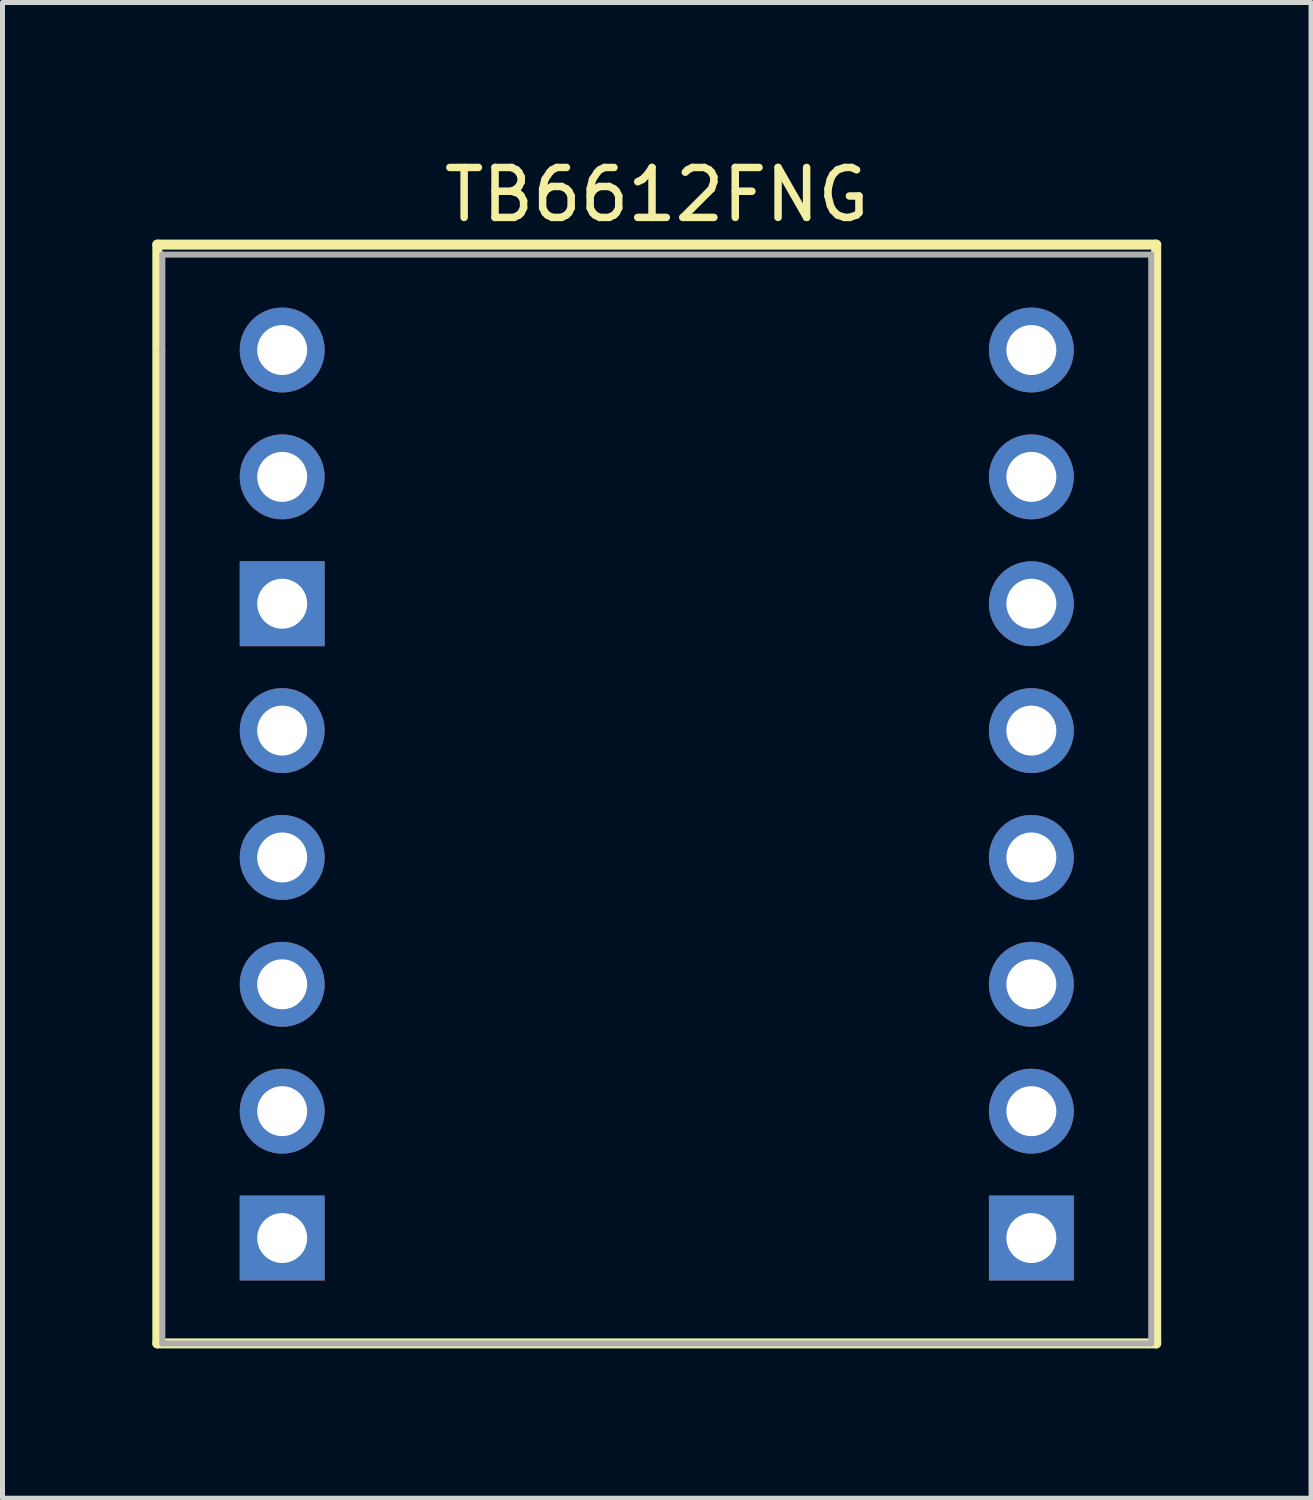
<source format=kicad_pcb>
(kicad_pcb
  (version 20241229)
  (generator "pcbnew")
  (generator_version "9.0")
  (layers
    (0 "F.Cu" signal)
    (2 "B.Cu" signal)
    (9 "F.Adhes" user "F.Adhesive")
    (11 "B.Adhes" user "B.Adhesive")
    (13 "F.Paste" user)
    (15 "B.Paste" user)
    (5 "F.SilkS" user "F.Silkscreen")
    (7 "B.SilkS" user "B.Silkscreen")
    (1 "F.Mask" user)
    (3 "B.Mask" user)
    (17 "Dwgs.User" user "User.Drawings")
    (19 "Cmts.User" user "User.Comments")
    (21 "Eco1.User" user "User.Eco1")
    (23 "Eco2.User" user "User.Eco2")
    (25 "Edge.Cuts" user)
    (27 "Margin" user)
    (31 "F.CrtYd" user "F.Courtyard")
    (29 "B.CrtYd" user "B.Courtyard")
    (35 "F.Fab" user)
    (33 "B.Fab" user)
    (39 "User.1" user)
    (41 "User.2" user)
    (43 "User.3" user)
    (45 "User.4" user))
  (footprint "TB6612FNG"
    (layer "F.Cu")
    (at 10.1 12.848)
    (property "Reference" "TB6612FNG" (at 0 -12 0) (layer "F.SilkS") (effects (font (size 1 1) (thickness 0.15))))
    (attr through_hole)
    (fp_line (start -10 -11) (end -10 11) (stroke (width 0.2) (type solid)) (layer "F.SilkS"))
    (fp_line (start -10 -11) (end 10 -11) (stroke (width 0.2) (type solid)) (layer "F.SilkS"))
    (fp_line (start -10 11) (end 10 11) (stroke (width 0.2) (type solid)) (layer "F.SilkS"))
    (fp_line (start 10 11) (end 10 -11) (stroke (width 0.2) (type solid)) (layer "F.SilkS"))
    (fp_line (start -9.9 -10.8) (end -9.9 -8.9) (stroke (width 0.12) (type solid)) (layer "F.Fab"))
    (fp_line (start -9.9 -8.9) (end -9.9 11) (stroke (width 0.12) (type solid)) (layer "F.Fab"))
    (fp_line (start -9.9 11) (end 9.9 11) (stroke (width 0.12) (type solid)) (layer "F.Fab"))
    (fp_line (start 9.9 -10.8) (end -9.9 -10.8) (stroke (width 0.12) (type solid)) (layer "F.Fab"))
    (fp_line (start 9.9 11) (end 9.9 -10.8) (stroke (width 0.12) (type solid)) (layer "F.Fab"))
    (pad "1" thru_hole circle (at -7.5 -8.89) (size 1.7 1.7) (drill 1) (layers "*.Cu" "*.Mask"))
    (pad "2" thru_hole circle (at -7.5 -6.35) (size 1.7 1.7) (drill 1) (layers "*.Cu" "*.Mask"))
    (pad "3" thru_hole rect (at -7.5 -3.81) (size 1.7 1.7) (drill 1) (layers "*.Cu" "*.Mask"))
    (pad "4" thru_hole circle (at -7.5 -1.27) (size 1.7 1.7) (drill 1) (layers "*.Cu" "*.Mask"))
    (pad "5" thru_hole circle (at -7.5 1.27) (size 1.7 1.7) (drill 1) (layers "*.Cu" "*.Mask"))
    (pad "6" thru_hole circle (at -7.5 3.81) (size 1.7 1.7) (drill 1) (layers "*.Cu" "*.Mask"))
    (pad "7" thru_hole circle (at -7.5 6.35) (size 1.7 1.7) (drill 1) (layers "*.Cu" "*.Mask"))
    (pad "8" thru_hole rect (at -7.5 8.89) (size 1.7 1.7) (drill 1) (layers "*.Cu" "*.Mask"))
    (pad "9" thru_hole circle (at 7.5 -8.89) (size 1.7 1.7) (drill 1) (layers "*.Cu" "*.Mask"))
    (pad "10" thru_hole circle (at 7.5 -6.35) (size 1.7 1.7) (drill 1) (layers "*.Cu" "*.Mask"))
    (pad "11" thru_hole circle (at 7.5 -3.81) (size 1.7 1.7) (drill 1) (layers "*.Cu" "*.Mask"))
    (pad "12" thru_hole circle (at 7.5 -1.27) (size 1.7 1.7) (drill 1) (layers "*.Cu" "*.Mask"))
    (pad "13" thru_hole circle (at 7.5 1.27) (size 1.7 1.7) (drill 1) (layers "*.Cu" "*.Mask"))
    (pad "14" thru_hole circle (at 7.5 3.81) (size 1.7 1.7) (drill 1) (layers "*.Cu" "*.Mask"))
    (pad "15" thru_hole circle (at 7.5 6.35) (size 1.7 1.7) (drill 1) (layers "*.Cu" "*.Mask"))
    (pad "16" thru_hole rect (at 7.5 8.89) (size 1.7 1.7) (drill 1) (layers "*.Cu" "*.Mask")))
  (gr_rect
    (start -3 -3)
    (end 23.2 26.948)
    (stroke (width 0.1) (type default))
    (fill no)
    (layer "Edge.Cuts")))
</source>
